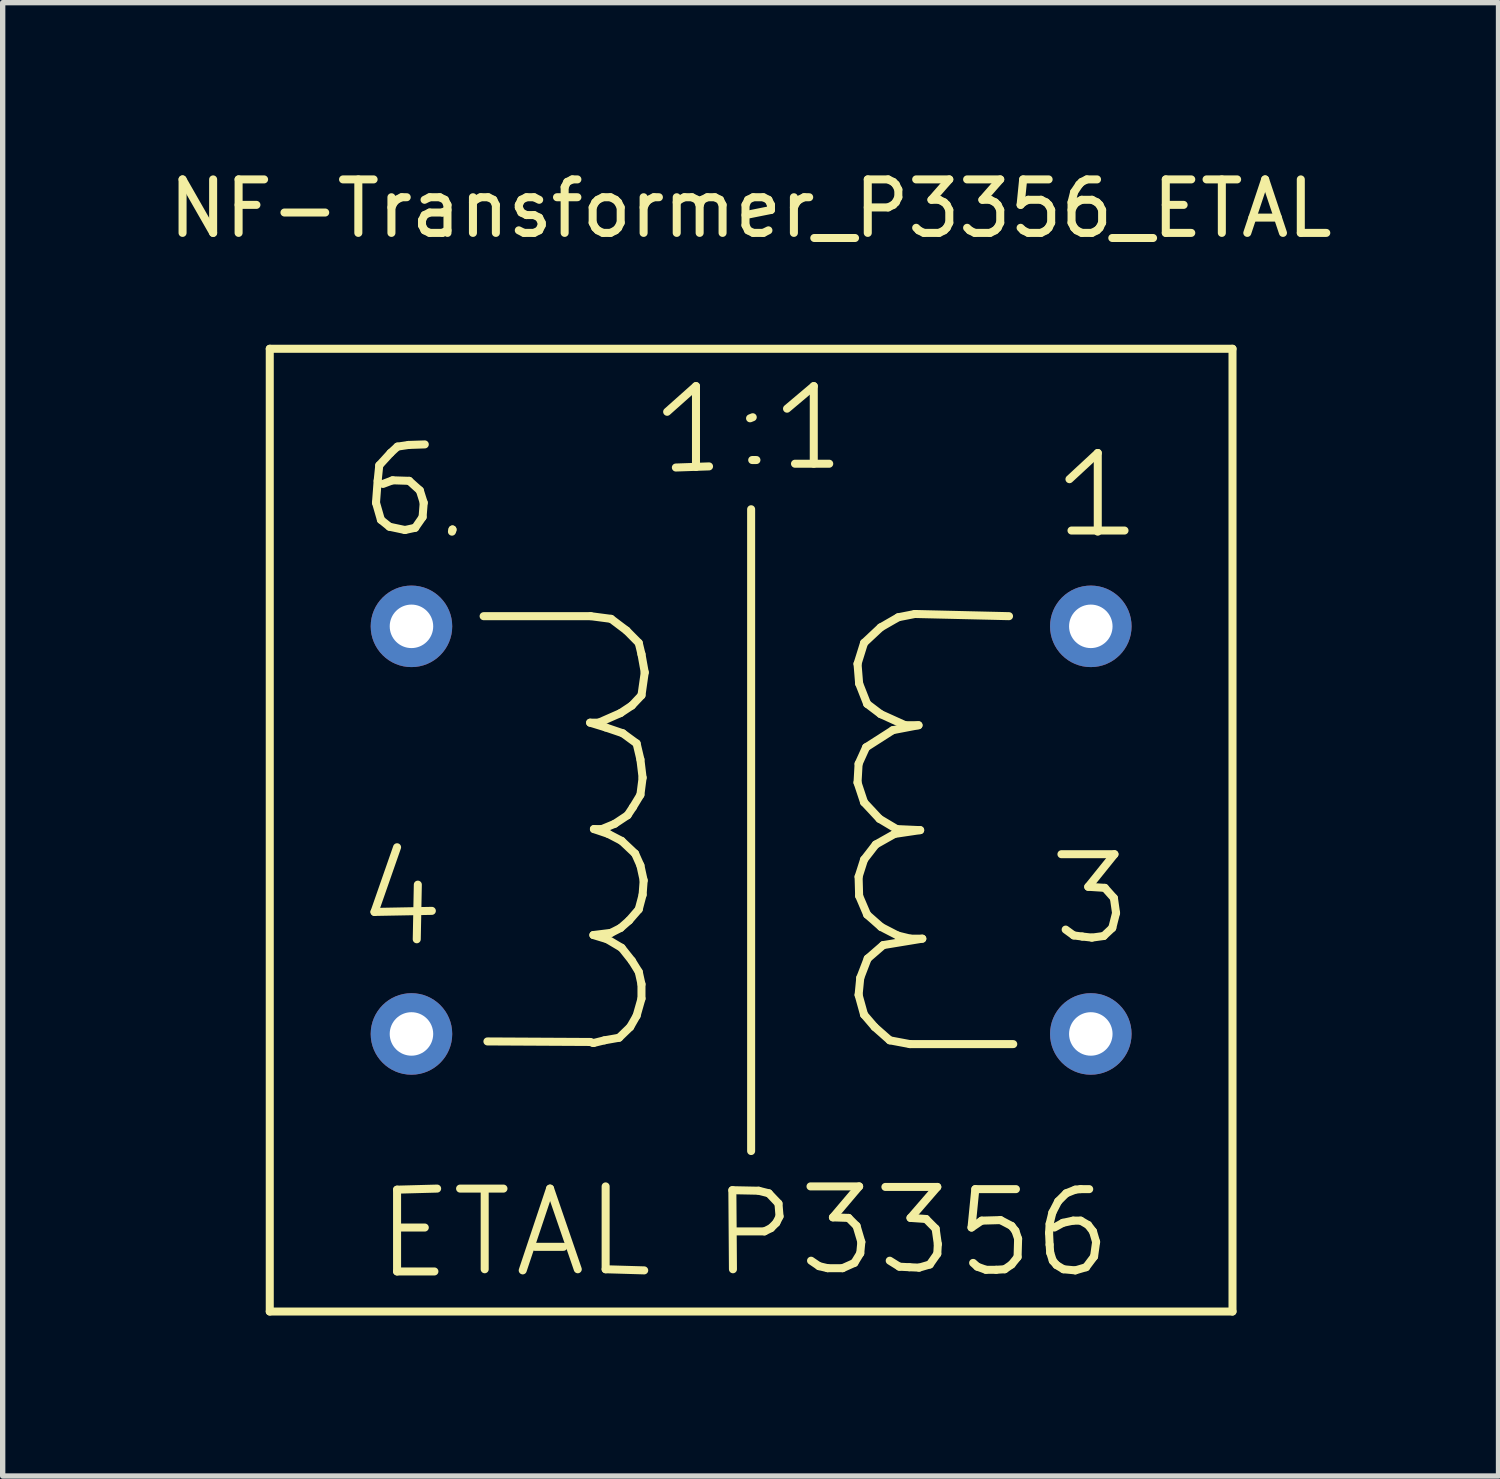
<source format=kicad_pcb>
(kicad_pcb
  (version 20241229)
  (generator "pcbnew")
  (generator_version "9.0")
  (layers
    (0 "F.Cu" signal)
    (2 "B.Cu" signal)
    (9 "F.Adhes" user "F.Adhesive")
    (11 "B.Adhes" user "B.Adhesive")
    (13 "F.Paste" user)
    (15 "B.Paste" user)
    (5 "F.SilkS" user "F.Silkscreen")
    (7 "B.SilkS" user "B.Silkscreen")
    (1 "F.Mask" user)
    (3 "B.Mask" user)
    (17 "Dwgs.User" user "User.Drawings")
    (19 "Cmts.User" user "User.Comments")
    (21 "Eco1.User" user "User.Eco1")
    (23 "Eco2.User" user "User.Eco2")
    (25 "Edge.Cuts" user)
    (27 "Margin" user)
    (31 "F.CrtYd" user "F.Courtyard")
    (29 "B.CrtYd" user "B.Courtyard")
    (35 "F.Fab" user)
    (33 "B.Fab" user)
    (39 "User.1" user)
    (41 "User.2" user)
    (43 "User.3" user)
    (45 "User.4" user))
  (footprint "NF-Transformer_P3356_ETAL"
    (layer "F.Cu")
    (at 10.992 12.469)
    (property "Reference" "NF-Transformer_P3356_ETAL" (at -0.01 -11.62 0) (layer "F.SilkS") (effects (font (size 1 1) (thickness 0.15))))
    (attr through_hole)
    (fp_line (start -8.999 -8.999) (end -8.999 8.999) (stroke (width 0.15) (type solid)) (layer "F.SilkS"))
    (fp_line (start -8.999 8.999) (end 8.999 8.999) (stroke (width 0.15) (type solid)) (layer "F.SilkS"))
    (fp_line (start -7.041 1.529) (end -5.969 1.509) (stroke (width 0.15) (type solid)) (layer "F.SilkS"))
    (fp_line (start -7.013 -6.121) (end -6.921 -5.801) (stroke (width 0.15) (type solid)) (layer "F.SilkS"))
    (fp_line (start -6.982 -6.53) (end -7.013 -6.121) (stroke (width 0.15) (type solid)) (layer "F.SilkS"))
    (fp_line (start -6.952 -6.82) (end -6.982 -6.53) (stroke (width 0.15) (type solid)) (layer "F.SilkS"))
    (fp_line (start -6.921 -5.801) (end -6.761 -5.672) (stroke (width 0.15) (type solid)) (layer "F.SilkS"))
    (fp_line (start -6.761 -5.672) (end -6.472 -5.611) (stroke (width 0.15) (type solid)) (layer "F.SilkS"))
    (fp_line (start -6.741 -7.051) (end -6.952 -6.82) (stroke (width 0.15) (type solid)) (layer "F.SilkS"))
    (fp_line (start -6.703 -6.54) (end -6.883 -6.472) (stroke (width 0.15) (type solid)) (layer "F.SilkS"))
    (fp_line (start -6.619 0.32) (end -7.041 1.529) (stroke (width 0.15) (type solid)) (layer "F.SilkS"))
    (fp_line (start -6.619 6.721) (end -6.619 8.25) (stroke (width 0.15) (type solid)) (layer "F.SilkS"))
    (fp_line (start -6.619 8.25) (end -5.921 8.25) (stroke (width 0.15) (type solid)) (layer "F.SilkS"))
    (fp_line (start -6.612 -7.17) (end -6.741 -7.051) (stroke (width 0.15) (type solid)) (layer "F.SilkS"))
    (fp_line (start -6.551 7.429) (end -6.101 7.429) (stroke (width 0.15) (type solid)) (layer "F.SilkS"))
    (fp_line (start -6.472 -5.611) (end -6.281 -5.652) (stroke (width 0.15) (type solid)) (layer "F.SilkS"))
    (fp_line (start -6.403 -7.201) (end -6.612 -7.17) (stroke (width 0.15) (type solid)) (layer "F.SilkS"))
    (fp_line (start -6.393 -6.53) (end -6.703 -6.54) (stroke (width 0.15) (type solid)) (layer "F.SilkS"))
    (fp_line (start -6.281 -5.652) (end -6.142 -5.852) (stroke (width 0.15) (type solid)) (layer "F.SilkS"))
    (fp_line (start -6.231 1.019) (end -6.251 2.04) (stroke (width 0.15) (type solid)) (layer "F.SilkS"))
    (fp_line (start -6.193 -6.35) (end -6.393 -6.53) (stroke (width 0.15) (type solid)) (layer "F.SilkS"))
    (fp_line (start -6.142 -5.852) (end -6.121 -6.121) (stroke (width 0.15) (type solid)) (layer "F.SilkS"))
    (fp_line (start -6.121 -6.121) (end -6.193 -6.35) (stroke (width 0.15) (type solid)) (layer "F.SilkS"))
    (fp_line (start -6.101 -7.211) (end -6.403 -7.201) (stroke (width 0.15) (type solid)) (layer "F.SilkS"))
    (fp_line (start -5.87 6.701) (end -6.619 6.721) (stroke (width 0.15) (type solid)) (layer "F.SilkS"))
    (fp_line (start -5.593 -5.58) (end -5.583 -5.621) (stroke (width 0.15) (type solid)) (layer "F.SilkS"))
    (fp_line (start -5.583 -5.621) (end -5.583 -5.611) (stroke (width 0.15) (type solid)) (layer "F.SilkS"))
    (fp_line (start -5.441 6.701) (end -4.63 6.701) (stroke (width 0.15) (type solid)) (layer "F.SilkS"))
    (fp_line (start -5.001 -4) (end -3 -4) (stroke (width 0.15) (type solid)) (layer "F.SilkS"))
    (fp_line (start -4.981 8.209) (end -4.981 6.741) (stroke (width 0.15) (type solid)) (layer "F.SilkS"))
    (fp_line (start -4.27 8.23) (end -3.759 6.701) (stroke (width 0.15) (type solid)) (layer "F.SilkS"))
    (fp_line (start -4.041 7.79) (end -3.51 7.79) (stroke (width 0.15) (type solid)) (layer "F.SilkS"))
    (fp_line (start -3.759 6.701) (end -3.241 8.209) (stroke (width 0.15) (type solid)) (layer "F.SilkS"))
    (fp_line (start -3.01 -2.009) (end -2.72 -1.92) (stroke (width 0.15) (type solid)) (layer "F.SilkS"))
    (fp_line (start -3.01 3.96) (end -4.93 3.95) (stroke (width 0.15) (type solid)) (layer "F.SilkS"))
    (fp_line (start -3 -4) (end -2.619 -3.95) (stroke (width 0.15) (type solid)) (layer "F.SilkS"))
    (fp_line (start -2.949 1.961) (end -2.69 2.04) (stroke (width 0.15) (type solid)) (layer "F.SilkS"))
    (fp_line (start -2.949 3.98) (end -3.01 3.96) (stroke (width 0.15) (type solid)) (layer "F.SilkS"))
    (fp_line (start -2.939 -0.02) (end -2.67 0.071) (stroke (width 0.15) (type solid)) (layer "F.SilkS"))
    (fp_line (start -2.85 -2.009) (end -3.01 -2.009) (stroke (width 0.15) (type solid)) (layer "F.SilkS"))
    (fp_line (start -2.789 -0.02) (end -2.939 -0.02) (stroke (width 0.15) (type solid)) (layer "F.SilkS"))
    (fp_line (start -2.741 3.929) (end -2.949 3.98) (stroke (width 0.15) (type solid)) (layer "F.SilkS"))
    (fp_line (start -2.72 -1.92) (end -2.4 -1.811) (stroke (width 0.15) (type solid)) (layer "F.SilkS"))
    (fp_line (start -2.72 6.66) (end -2.72 8.209) (stroke (width 0.15) (type solid)) (layer "F.SilkS"))
    (fp_line (start -2.72 8.209) (end -1.999 8.23) (stroke (width 0.15) (type solid)) (layer "F.SilkS"))
    (fp_line (start -2.69 2.04) (end -2.421 2.2) (stroke (width 0.15) (type solid)) (layer "F.SilkS"))
    (fp_line (start -2.67 0.071) (end -2.421 0.201) (stroke (width 0.15) (type solid)) (layer "F.SilkS"))
    (fp_line (start -2.619 -3.95) (end -2.329 -3.731) (stroke (width 0.15) (type solid)) (layer "F.SilkS"))
    (fp_line (start -2.619 1.92) (end -2.949 1.961) (stroke (width 0.15) (type solid)) (layer "F.SilkS"))
    (fp_line (start -2.55 -0.119) (end -2.789 -0.02) (stroke (width 0.15) (type solid)) (layer "F.SilkS"))
    (fp_line (start -2.469 3.881) (end -2.741 3.929) (stroke (width 0.15) (type solid)) (layer "F.SilkS"))
    (fp_line (start -2.441 -2.189) (end -2.85 -2.009) (stroke (width 0.15) (type solid)) (layer "F.SilkS"))
    (fp_line (start -2.441 1.829) (end -2.619 1.92) (stroke (width 0.15) (type solid)) (layer "F.SilkS"))
    (fp_line (start -2.421 0.201) (end -2.169 0.439) (stroke (width 0.15) (type solid)) (layer "F.SilkS"))
    (fp_line (start -2.421 2.2) (end -2.23 2.441) (stroke (width 0.15) (type solid)) (layer "F.SilkS"))
    (fp_line (start -2.4 -1.811) (end -2.141 -1.621) (stroke (width 0.15) (type solid)) (layer "F.SilkS"))
    (fp_line (start -2.329 -3.731) (end -2.101 -3.5) (stroke (width 0.15) (type solid)) (layer "F.SilkS"))
    (fp_line (start -2.309 -0.279) (end -2.55 -0.119) (stroke (width 0.15) (type solid)) (layer "F.SilkS"))
    (fp_line (start -2.281 1.689) (end -2.441 1.829) (stroke (width 0.15) (type solid)) (layer "F.SilkS"))
    (fp_line (start -2.261 3.68) (end -2.469 3.881) (stroke (width 0.15) (type solid)) (layer "F.SilkS"))
    (fp_line (start -2.23 -2.329) (end -2.441 -2.189) (stroke (width 0.15) (type solid)) (layer "F.SilkS"))
    (fp_line (start -2.23 2.441) (end -2.101 2.649) (stroke (width 0.15) (type solid)) (layer "F.SilkS"))
    (fp_line (start -2.21 -0.429) (end -2.309 -0.279) (stroke (width 0.15) (type solid)) (layer "F.SilkS"))
    (fp_line (start -2.169 0.439) (end -2.07 0.66) (stroke (width 0.15) (type solid)) (layer "F.SilkS"))
    (fp_line (start -2.141 -1.621) (end -2.07 -1.321) (stroke (width 0.15) (type solid)) (layer "F.SilkS"))
    (fp_line (start -2.141 3.47) (end -2.261 3.68) (stroke (width 0.15) (type solid)) (layer "F.SilkS"))
    (fp_line (start -2.101 -3.5) (end -2.05 -3.289) (stroke (width 0.15) (type solid)) (layer "F.SilkS"))
    (fp_line (start -2.101 1.481) (end -2.281 1.689) (stroke (width 0.15) (type solid)) (layer "F.SilkS"))
    (fp_line (start -2.101 2.649) (end -2.05 2.88) (stroke (width 0.15) (type solid)) (layer "F.SilkS"))
    (fp_line (start -2.07 -1.321) (end -2.029 -0.98) (stroke (width 0.15) (type solid)) (layer "F.SilkS"))
    (fp_line (start -2.07 -0.66) (end -2.21 -0.429) (stroke (width 0.15) (type solid)) (layer "F.SilkS"))
    (fp_line (start -2.07 0.66) (end -2.009 0.94) (stroke (width 0.15) (type solid)) (layer "F.SilkS"))
    (fp_line (start -2.05 -3.289) (end -1.989 -2.949) (stroke (width 0.15) (type solid)) (layer "F.SilkS"))
    (fp_line (start -2.05 -2.52) (end -2.23 -2.329) (stroke (width 0.15) (type solid)) (layer "F.SilkS"))
    (fp_line (start -2.05 2.88) (end -2.05 3.15) (stroke (width 0.15) (type solid)) (layer "F.SilkS"))
    (fp_line (start -2.05 3.15) (end -2.141 3.47) (stroke (width 0.15) (type solid)) (layer "F.SilkS"))
    (fp_line (start -2.029 -0.98) (end -2.07 -0.66) (stroke (width 0.15) (type solid)) (layer "F.SilkS"))
    (fp_line (start -2.029 1.209) (end -2.101 1.481) (stroke (width 0.15) (type solid)) (layer "F.SilkS"))
    (fp_line (start -2.009 0.94) (end -2.029 1.209) (stroke (width 0.15) (type solid)) (layer "F.SilkS"))
    (fp_line (start -1.989 -2.949) (end -2.05 -2.52) (stroke (width 0.15) (type solid)) (layer "F.SilkS"))
    (fp_line (start -1.57 -7.821) (end -1.031 -8.301) (stroke (width 0.15) (type solid)) (layer "F.SilkS"))
    (fp_line (start -1.407 -6.779) (end -0.787 -6.8) (stroke (width 0.15) (type solid)) (layer "F.SilkS"))
    (fp_line (start -1.031 -8.301) (end -1.031 -6.789) (stroke (width 0.15) (type solid)) (layer "F.SilkS"))
    (fp_line (start -0.351 6.731) (end 0.14 6.741) (stroke (width 0.15) (type solid)) (layer "F.SilkS"))
    (fp_line (start -0.34 8.209) (end -0.351 6.731) (stroke (width 0.15) (type solid)) (layer "F.SilkS"))
    (fp_line (start 0 -5.999) (end 0 5.999) (stroke (width 0.15) (type solid)) (layer "F.SilkS"))
    (fp_line (start 0.03 -7.719) (end -0.02 -7.699) (stroke (width 0.15) (type solid)) (layer "F.SilkS"))
    (fp_line (start 0.099 -6.919) (end 0.02 -6.919) (stroke (width 0.15) (type solid)) (layer "F.SilkS"))
    (fp_line (start 0.14 6.741) (end 0.33 6.789) (stroke (width 0.15) (type solid)) (layer "F.SilkS"))
    (fp_line (start 0.249 7.501) (end -0.269 7.501) (stroke (width 0.15) (type solid)) (layer "F.SilkS"))
    (fp_line (start 0.33 6.789) (end 0.511 6.98) (stroke (width 0.15) (type solid)) (layer "F.SilkS"))
    (fp_line (start 0.371 7.44) (end 0.249 7.501) (stroke (width 0.15) (type solid)) (layer "F.SilkS"))
    (fp_line (start 0.47 7.341) (end 0.371 7.44) (stroke (width 0.15) (type solid)) (layer "F.SilkS"))
    (fp_line (start 0.511 6.98) (end 0.531 7.221) (stroke (width 0.15) (type solid)) (layer "F.SilkS"))
    (fp_line (start 0.531 7.221) (end 0.47 7.341) (stroke (width 0.15) (type solid)) (layer "F.SilkS"))
    (fp_line (start 0.671 -7.879) (end 1.171 -8.301) (stroke (width 0.15) (type solid)) (layer "F.SilkS"))
    (fp_line (start 0.82 -6.85) (end 1.46 -6.85) (stroke (width 0.15) (type solid)) (layer "F.SilkS"))
    (fp_line (start 1.11 6.66) (end 2.019 6.66) (stroke (width 0.15) (type solid)) (layer "F.SilkS"))
    (fp_line (start 1.171 -8.301) (end 1.171 -6.85) (stroke (width 0.15) (type solid)) (layer "F.SilkS"))
    (fp_line (start 1.27 8.151) (end 1.12 8.049) (stroke (width 0.15) (type solid)) (layer "F.SilkS"))
    (fp_line (start 1.43 8.189) (end 1.27 8.151) (stroke (width 0.15) (type solid)) (layer "F.SilkS"))
    (fp_line (start 1.529 7.239) (end 1.821 7.249) (stroke (width 0.15) (type solid)) (layer "F.SilkS"))
    (fp_line (start 1.709 8.189) (end 1.43 8.189) (stroke (width 0.15) (type solid)) (layer "F.SilkS"))
    (fp_line (start 1.821 7.249) (end 1.971 7.399) (stroke (width 0.15) (type solid)) (layer "F.SilkS"))
    (fp_line (start 1.93 8.09) (end 1.709 8.189) (stroke (width 0.15) (type solid)) (layer "F.SilkS"))
    (fp_line (start 1.971 7.399) (end 2.06 7.699) (stroke (width 0.15) (type solid)) (layer "F.SilkS"))
    (fp_line (start 1.989 -3.109) (end 2.019 -2.741) (stroke (width 0.15) (type solid)) (layer "F.SilkS"))
    (fp_line (start 1.989 -0.889) (end 2.111 -0.521) (stroke (width 0.15) (type solid)) (layer "F.SilkS"))
    (fp_line (start 2.009 -1.24) (end 1.989 -0.889) (stroke (width 0.15) (type solid)) (layer "F.SilkS"))
    (fp_line (start 2.009 0.871) (end 2.019 1.229) (stroke (width 0.15) (type solid)) (layer "F.SilkS"))
    (fp_line (start 2.009 3.081) (end 2.111 3.449) (stroke (width 0.15) (type solid)) (layer "F.SilkS"))
    (fp_line (start 2.019 -2.741) (end 2.169 -2.36) (stroke (width 0.15) (type solid)) (layer "F.SilkS"))
    (fp_line (start 2.019 1.229) (end 2.169 1.58) (stroke (width 0.15) (type solid)) (layer "F.SilkS"))
    (fp_line (start 2.019 6.66) (end 1.529 7.239) (stroke (width 0.15) (type solid)) (layer "F.SilkS"))
    (fp_line (start 2.04 2.761) (end 2.009 3.081) (stroke (width 0.15) (type solid)) (layer "F.SilkS"))
    (fp_line (start 2.04 7.91) (end 1.93 8.09) (stroke (width 0.15) (type solid)) (layer "F.SilkS"))
    (fp_line (start 2.06 7.699) (end 2.04 7.91) (stroke (width 0.15) (type solid)) (layer "F.SilkS"))
    (fp_line (start 2.111 -3.5) (end 1.989 -3.109) (stroke (width 0.15) (type solid)) (layer "F.SilkS"))
    (fp_line (start 2.111 -0.521) (end 2.4 -0.211) (stroke (width 0.15) (type solid)) (layer "F.SilkS"))
    (fp_line (start 2.111 0.551) (end 2.009 0.871) (stroke (width 0.15) (type solid)) (layer "F.SilkS"))
    (fp_line (start 2.111 3.449) (end 2.309 3.68) (stroke (width 0.15) (type solid)) (layer "F.SilkS"))
    (fp_line (start 2.149 -1.549) (end 2.009 -1.24) (stroke (width 0.15) (type solid)) (layer "F.SilkS"))
    (fp_line (start 2.169 -2.36) (end 2.421 -2.169) (stroke (width 0.15) (type solid)) (layer "F.SilkS"))
    (fp_line (start 2.169 1.58) (end 2.431 1.811) (stroke (width 0.15) (type solid)) (layer "F.SilkS"))
    (fp_line (start 2.179 2.4) (end 2.04 2.761) (stroke (width 0.15) (type solid)) (layer "F.SilkS"))
    (fp_line (start 2.309 3.68) (end 2.591 3.929) (stroke (width 0.15) (type solid)) (layer "F.SilkS"))
    (fp_line (start 2.329 0.269) (end 2.111 0.551) (stroke (width 0.15) (type solid)) (layer "F.SilkS"))
    (fp_line (start 2.4 -0.211) (end 2.72 -0.02) (stroke (width 0.15) (type solid)) (layer "F.SilkS"))
    (fp_line (start 2.421 -3.79) (end 2.111 -3.5) (stroke (width 0.15) (type solid)) (layer "F.SilkS"))
    (fp_line (start 2.421 -2.169) (end 2.88 -1.961) (stroke (width 0.15) (type solid)) (layer "F.SilkS"))
    (fp_line (start 2.431 1.811) (end 2.741 1.971) (stroke (width 0.15) (type solid)) (layer "F.SilkS"))
    (fp_line (start 2.469 2.149) (end 2.179 2.4) (stroke (width 0.15) (type solid)) (layer "F.SilkS"))
    (fp_line (start 2.51 6.67) (end 3.48 6.67) (stroke (width 0.15) (type solid)) (layer "F.SilkS"))
    (fp_line (start 2.591 3.929) (end 2.969 4) (stroke (width 0.15) (type solid)) (layer "F.SilkS"))
    (fp_line (start 2.649 -1.869) (end 2.149 -1.549) (stroke (width 0.15) (type solid)) (layer "F.SilkS"))
    (fp_line (start 2.68 0.071) (end 2.329 0.269) (stroke (width 0.15) (type solid)) (layer "F.SilkS"))
    (fp_line (start 2.72 -0.02) (end 3.16 0) (stroke (width 0.15) (type solid)) (layer "F.SilkS"))
    (fp_line (start 2.741 1.971) (end 2.979 2.029) (stroke (width 0.15) (type solid)) (layer "F.SilkS"))
    (fp_line (start 2.751 -3.98) (end 2.421 -3.79) (stroke (width 0.15) (type solid)) (layer "F.SilkS"))
    (fp_line (start 2.771 8.161) (end 2.591 8.049) (stroke (width 0.15) (type solid)) (layer "F.SilkS"))
    (fp_line (start 2.88 -1.961) (end 3.129 -1.961) (stroke (width 0.15) (type solid)) (layer "F.SilkS"))
    (fp_line (start 2.959 8.171) (end 2.771 8.161) (stroke (width 0.15) (type solid)) (layer "F.SilkS"))
    (fp_line (start 2.969 4) (end 4.9 4) (stroke (width 0.15) (type solid)) (layer "F.SilkS"))
    (fp_line (start 2.979 2.029) (end 3.2 2.029) (stroke (width 0.15) (type solid)) (layer "F.SilkS"))
    (fp_line (start 2.979 7.249) (end 3.269 7.269) (stroke (width 0.15) (type solid)) (layer "F.SilkS"))
    (fp_line (start 3.061 -4.041) (end 2.751 -3.98) (stroke (width 0.15) (type solid)) (layer "F.SilkS"))
    (fp_line (start 3.129 -1.961) (end 2.649 -1.869) (stroke (width 0.15) (type solid)) (layer "F.SilkS"))
    (fp_line (start 3.139 8.179) (end 2.959 8.171) (stroke (width 0.15) (type solid)) (layer "F.SilkS"))
    (fp_line (start 3.16 0) (end 2.68 0.071) (stroke (width 0.15) (type solid)) (layer "F.SilkS"))
    (fp_line (start 3.2 2.029) (end 2.469 2.149) (stroke (width 0.15) (type solid)) (layer "F.SilkS"))
    (fp_line (start 3.269 7.269) (end 3.449 7.45) (stroke (width 0.15) (type solid)) (layer "F.SilkS"))
    (fp_line (start 3.34 8.12) (end 3.139 8.179) (stroke (width 0.15) (type solid)) (layer "F.SilkS"))
    (fp_line (start 3.449 7.45) (end 3.49 7.739) (stroke (width 0.15) (type solid)) (layer "F.SilkS"))
    (fp_line (start 3.48 6.67) (end 2.979 7.249) (stroke (width 0.15) (type solid)) (layer "F.SilkS"))
    (fp_line (start 3.48 7.92) (end 3.34 8.12) (stroke (width 0.15) (type solid)) (layer "F.SilkS"))
    (fp_line (start 3.49 7.739) (end 3.48 7.92) (stroke (width 0.15) (type solid)) (layer "F.SilkS"))
    (fp_line (start 4.12 7.429) (end 4.31 7.3) (stroke (width 0.15) (type solid)) (layer "F.SilkS"))
    (fp_line (start 4.191 6.711) (end 4.12 7.429) (stroke (width 0.15) (type solid)) (layer "F.SilkS"))
    (fp_line (start 4.229 8.161) (end 4.15 8.09) (stroke (width 0.15) (type solid)) (layer "F.SilkS"))
    (fp_line (start 4.31 7.3) (end 4.661 7.29) (stroke (width 0.15) (type solid)) (layer "F.SilkS"))
    (fp_line (start 4.389 8.219) (end 4.229 8.161) (stroke (width 0.15) (type solid)) (layer "F.SilkS"))
    (fp_line (start 4.58 8.219) (end 4.389 8.219) (stroke (width 0.15) (type solid)) (layer "F.SilkS"))
    (fp_line (start 4.661 7.29) (end 4.869 7.399) (stroke (width 0.15) (type solid)) (layer "F.SilkS"))
    (fp_line (start 4.74 8.209) (end 4.58 8.219) (stroke (width 0.15) (type solid)) (layer "F.SilkS"))
    (fp_line (start 4.821 -4) (end 3.061 -4.041) (stroke (width 0.15) (type solid)) (layer "F.SilkS"))
    (fp_line (start 4.869 7.399) (end 4.94 7.49) (stroke (width 0.15) (type solid)) (layer "F.SilkS"))
    (fp_line (start 4.869 8.12) (end 4.74 8.209) (stroke (width 0.15) (type solid)) (layer "F.SilkS"))
    (fp_line (start 4.94 7.49) (end 4.991 7.64) (stroke (width 0.15) (type solid)) (layer "F.SilkS"))
    (fp_line (start 4.95 6.711) (end 4.191 6.711) (stroke (width 0.15) (type solid)) (layer "F.SilkS"))
    (fp_line (start 4.981 7.981) (end 4.869 8.12) (stroke (width 0.15) (type solid)) (layer "F.SilkS"))
    (fp_line (start 4.991 7.64) (end 4.981 7.981) (stroke (width 0.15) (type solid)) (layer "F.SilkS"))
    (fp_line (start 5.57 7.531) (end 5.58 7.75) (stroke (width 0.15) (type solid)) (layer "F.SilkS"))
    (fp_line (start 5.58 7.361) (end 5.57 7.531) (stroke (width 0.15) (type solid)) (layer "F.SilkS"))
    (fp_line (start 5.58 7.75) (end 5.591 7.899) (stroke (width 0.15) (type solid)) (layer "F.SilkS"))
    (fp_line (start 5.591 7.899) (end 5.639 8.049) (stroke (width 0.15) (type solid)) (layer "F.SilkS"))
    (fp_line (start 5.631 7.15) (end 5.58 7.361) (stroke (width 0.15) (type solid)) (layer "F.SilkS"))
    (fp_line (start 5.639 8.049) (end 5.71 8.131) (stroke (width 0.15) (type solid)) (layer "F.SilkS"))
    (fp_line (start 5.71 8.131) (end 5.839 8.209) (stroke (width 0.15) (type solid)) (layer "F.SilkS"))
    (fp_line (start 5.74 6.939) (end 5.631 7.15) (stroke (width 0.15) (type solid)) (layer "F.SilkS"))
    (fp_line (start 5.801 0.45) (end 6.792 0.45) (stroke (width 0.15) (type solid)) (layer "F.SilkS"))
    (fp_line (start 5.829 7.341) (end 5.669 7.429) (stroke (width 0.15) (type solid)) (layer "F.SilkS"))
    (fp_line (start 5.839 8.209) (end 6.06 8.23) (stroke (width 0.15) (type solid)) (layer "F.SilkS"))
    (fp_line (start 5.89 6.789) (end 5.74 6.939) (stroke (width 0.15) (type solid)) (layer "F.SilkS"))
    (fp_line (start 5.951 -6.561) (end 6.48 -7.051) (stroke (width 0.15) (type solid)) (layer "F.SilkS"))
    (fp_line (start 5.989 -5.601) (end 6.98 -5.601) (stroke (width 0.15) (type solid)) (layer "F.SilkS"))
    (fp_line (start 6.02 7.3) (end 5.829 7.341) (stroke (width 0.15) (type solid)) (layer "F.SilkS"))
    (fp_line (start 6.03 1.968) (end 5.88 1.859) (stroke (width 0.15) (type solid)) (layer "F.SilkS"))
    (fp_line (start 6.06 6.721) (end 5.89 6.789) (stroke (width 0.15) (type solid)) (layer "F.SilkS"))
    (fp_line (start 6.06 8.23) (end 6.261 8.171) (stroke (width 0.15) (type solid)) (layer "F.SilkS"))
    (fp_line (start 6.16 6.711) (end 6.06 6.721) (stroke (width 0.15) (type solid)) (layer "F.SilkS"))
    (fp_line (start 6.16 7.3) (end 6.02 7.3) (stroke (width 0.15) (type solid)) (layer "F.SilkS"))
    (fp_line (start 6.19 1.989) (end 6.03 1.968) (stroke (width 0.15) (type solid)) (layer "F.SilkS"))
    (fp_line (start 6.261 8.171) (end 6.411 7.971) (stroke (width 0.15) (type solid)) (layer "F.SilkS"))
    (fp_line (start 6.299 7.381) (end 6.16 7.3) (stroke (width 0.15) (type solid)) (layer "F.SilkS"))
    (fp_line (start 6.302 1.059) (end 6.612 1.079) (stroke (width 0.15) (type solid)) (layer "F.SilkS"))
    (fp_line (start 6.32 6.711) (end 6.16 6.711) (stroke (width 0.15) (type solid)) (layer "F.SilkS"))
    (fp_line (start 6.37 2.009) (end 6.19 1.989) (stroke (width 0.15) (type solid)) (layer "F.SilkS"))
    (fp_line (start 6.391 7.501) (end 6.299 7.381) (stroke (width 0.15) (type solid)) (layer "F.SilkS"))
    (fp_line (start 6.411 7.971) (end 6.449 7.699) (stroke (width 0.15) (type solid)) (layer "F.SilkS"))
    (fp_line (start 6.449 7.699) (end 6.391 7.501) (stroke (width 0.15) (type solid)) (layer "F.SilkS"))
    (fp_line (start 6.48 -7.051) (end 6.48 -5.58) (stroke (width 0.15) (type solid)) (layer "F.SilkS"))
    (fp_line (start 6.591 1.979) (end 6.37 2.009) (stroke (width 0.15) (type solid)) (layer "F.SilkS"))
    (fp_line (start 6.612 1.079) (end 6.782 1.27) (stroke (width 0.15) (type solid)) (layer "F.SilkS"))
    (fp_line (start 6.751 1.829) (end 6.591 1.979) (stroke (width 0.15) (type solid)) (layer "F.SilkS"))
    (fp_line (start 6.782 1.27) (end 6.822 1.549) (stroke (width 0.15) (type solid)) (layer "F.SilkS"))
    (fp_line (start 6.792 0.45) (end 6.302 1.059) (stroke (width 0.15) (type solid)) (layer "F.SilkS"))
    (fp_line (start 6.822 1.549) (end 6.751 1.829) (stroke (width 0.15) (type solid)) (layer "F.SilkS"))
    (fp_line (start 8.999 -8.999) (end -8.999 -8.999) (stroke (width 0.15) (type solid)) (layer "F.SilkS"))
    (fp_line (start 8.999 8.999) (end 8.999 -8.999) (stroke (width 0.15) (type solid)) (layer "F.SilkS"))
    (pad "1" thru_hole circle (at 6.35 -3.81) (size 1.524 1.524) (drill 0.813) (layers "*.Cu" "*.Mask"))
    (pad "3" thru_hole circle (at 6.35 3.81) (size 1.524 1.524) (drill 0.813) (layers "*.Cu" "*.Mask"))
    (pad "4" thru_hole circle (at -6.35 3.81) (size 1.524 1.524) (drill 0.813) (layers "*.Cu" "*.Mask"))
    (pad "6" thru_hole circle (at -6.35 -3.81) (size 1.524 1.524) (drill 0.813) (layers "*.Cu" "*.Mask")))
  (gr_rect
    (start -3 -3)
    (end 24.964 24.543)
    (stroke (width 0.1) (type default))
    (fill no)
    (layer "Edge.Cuts")))
</source>
